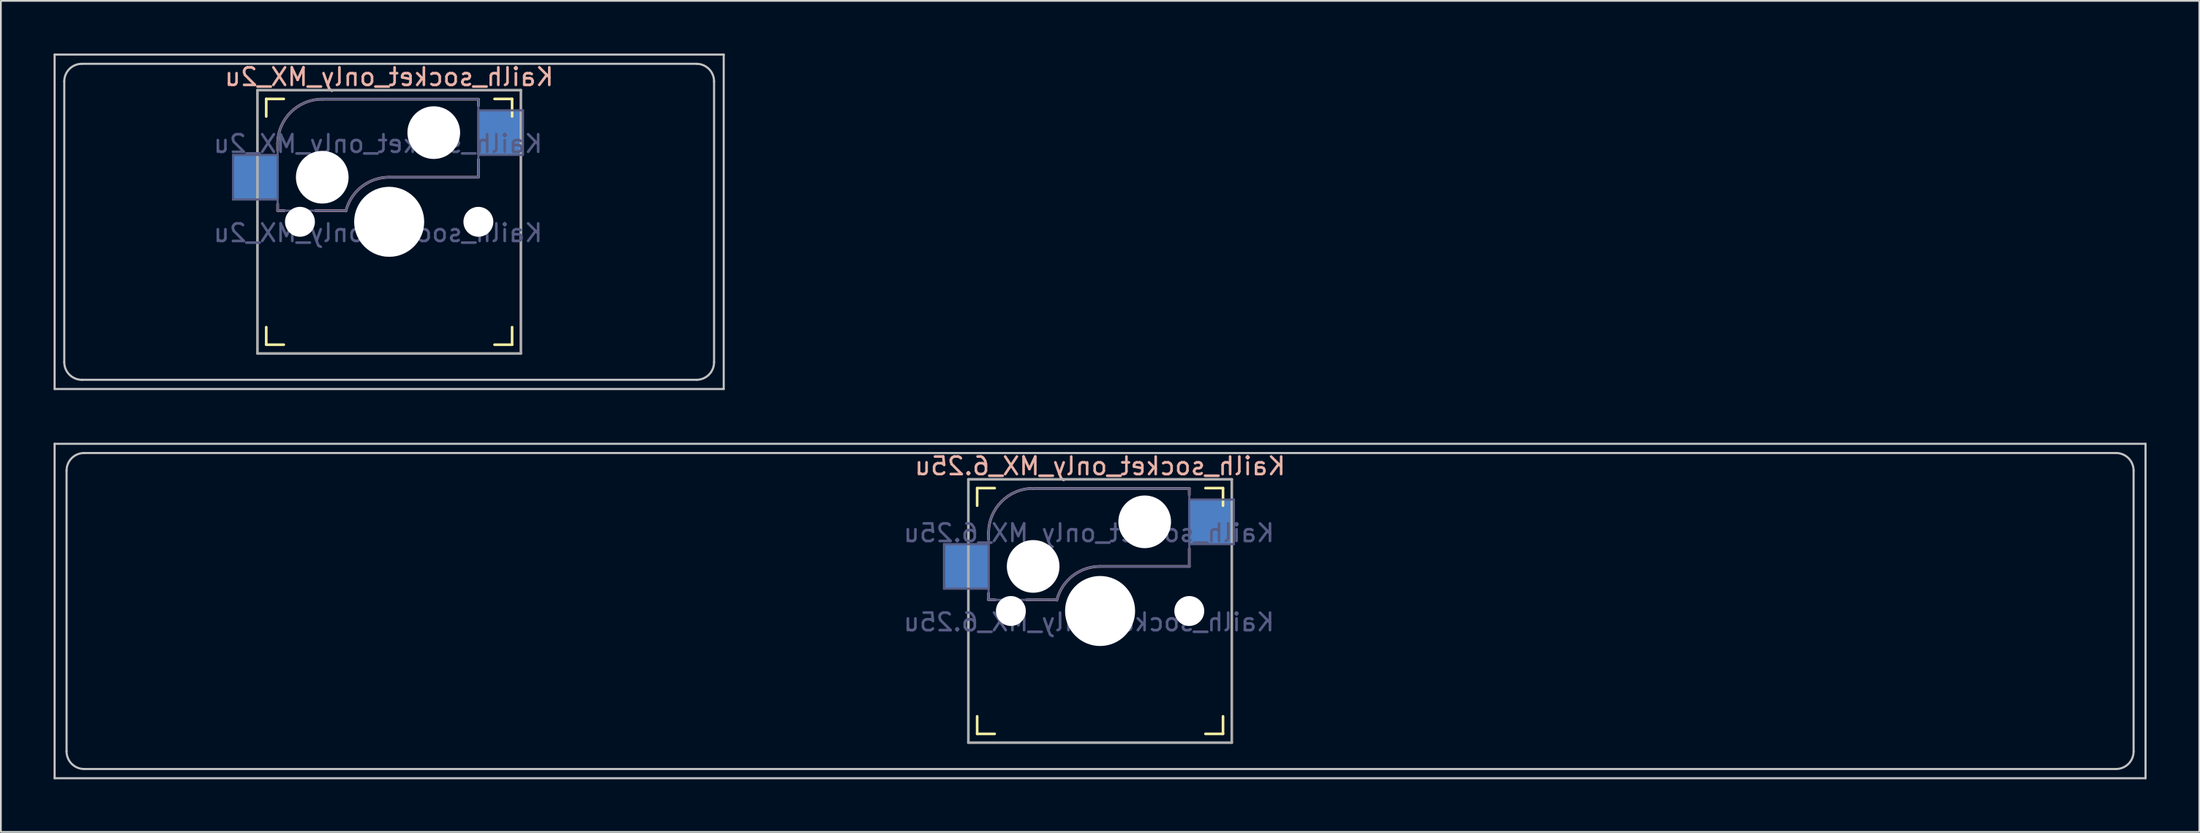
<source format=kicad_pcb>
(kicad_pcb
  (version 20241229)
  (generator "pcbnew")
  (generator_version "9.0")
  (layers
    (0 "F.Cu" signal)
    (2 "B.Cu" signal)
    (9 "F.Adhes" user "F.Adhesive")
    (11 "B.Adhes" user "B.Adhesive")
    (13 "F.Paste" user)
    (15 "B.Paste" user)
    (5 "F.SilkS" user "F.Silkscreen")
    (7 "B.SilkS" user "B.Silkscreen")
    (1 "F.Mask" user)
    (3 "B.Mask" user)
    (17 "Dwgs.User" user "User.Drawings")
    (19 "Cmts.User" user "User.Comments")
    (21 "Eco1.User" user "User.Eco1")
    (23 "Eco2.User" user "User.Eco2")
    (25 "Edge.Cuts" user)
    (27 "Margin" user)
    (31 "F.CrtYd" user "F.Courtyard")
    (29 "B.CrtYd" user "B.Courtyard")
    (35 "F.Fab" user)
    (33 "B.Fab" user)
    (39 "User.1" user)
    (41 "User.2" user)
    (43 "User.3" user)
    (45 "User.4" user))
  (footprint "Kailh_socket_only_MX_2u"
    (layer "F.Cu")
    (at 19.11 9.585)
    (property "Reference" "Kailh_socket_only_MX_2u" (at 0 -8.255 0) (layer "B.SilkS") (effects (font (size 1 1) (thickness 0.15)) (justify mirror)))
    (property "Value" "Kailh_socket_only_MX_2u" (at 0 8.255 0) (layer "F.Fab") (hide yes) (effects (font (size 1 1) (thickness 0.15))))
    (attr smd)
    (fp_line (start -7 -6) (end -7 -7) (stroke (width 0.15) (type solid)) (layer "F.SilkS"))
    (fp_line (start -7 7) (end -7 6) (stroke (width 0.15) (type solid)) (layer "F.SilkS"))
    (fp_line (start -7 7) (end -6 7) (stroke (width 0.15) (type solid)) (layer "F.SilkS"))
    (fp_line (start -6 -7) (end -7 -7) (stroke (width 0.15) (type solid)) (layer "F.SilkS"))
    (fp_line (start 6 7) (end 7 7) (stroke (width 0.15) (type solid)) (layer "F.SilkS"))
    (fp_line (start 7 -7) (end 6 -7) (stroke (width 0.15) (type solid)) (layer "F.SilkS"))
    (fp_line (start 7 -7) (end 7 -6) (stroke (width 0.15) (type solid)) (layer "F.SilkS"))
    (fp_line (start 7 6) (end 7 7) (stroke (width 0.15) (type solid)) (layer "F.SilkS"))
    (fp_line (start -6.35 -4.445) (end -6.35 -4.064) (stroke (width 0.15) (type solid)) (layer "B.SilkS"))
    (fp_line (start -6.35 -1.016) (end -6.35 -0.635) (stroke (width 0.15) (type solid)) (layer "B.SilkS"))
    (fp_line (start -5.969 -0.635) (end -6.35 -0.635) (stroke (width 0.15) (type solid)) (layer "B.SilkS"))
    (fp_line (start -3.81 -6.985) (end 5.08 -6.985) (stroke (width 0.15) (type solid)) (layer "B.SilkS"))
    (fp_line (start -2.464 -0.635) (end -4.191 -0.635) (stroke (width 0.15) (type solid)) (layer "B.SilkS"))
    (fp_line (start 5.08 -6.985) (end 5.08 -6.604) (stroke (width 0.15) (type solid)) (layer "B.SilkS"))
    (fp_line (start 5.08 -3.556) (end 5.08 -2.54) (stroke (width 0.15) (type solid)) (layer "B.SilkS"))
    (fp_line (start 5.08 -2.54) (end 0 -2.54) (stroke (width 0.15) (type solid)) (layer "B.SilkS"))
    (fp_arc (start -6.35 -4.445) (mid -5.606051 -6.241051) (end -3.81 -6.985) (stroke (width 0.15) (type solid)) (layer "B.SilkS"))
    (fp_arc (start -2.464162 -0.61604) (mid -1.563147 -2.002042) (end 0 -2.54) (stroke (width 0.15) (type solid)) (layer "B.SilkS"))
    (fp_line (start -19.05 -9.525) (end 19.05 -9.525) (stroke (width 0.12) (type solid)) (layer "Dwgs.User"))
    (fp_line (start -19.05 9.525) (end -19.05 -9.525) (stroke (width 0.12) (type solid)) (layer "Dwgs.User"))
    (fp_line (start -18.5 8) (end -18.5 -8) (stroke (width 0.12) (type solid)) (layer "Dwgs.User"))
    (fp_line (start -17.5 -9) (end 17.5 -9) (stroke (width 0.12) (type solid)) (layer "Dwgs.User"))
    (fp_line (start -17.5 9) (end 17.5 9) (stroke (width 0.12) (type solid)) (layer "Dwgs.User"))
    (fp_line (start 18.5 8) (end 18.5 -8) (stroke (width 0.12) (type solid)) (layer "Dwgs.User"))
    (fp_line (start 19.05 -9.525) (end 19.05 9.525) (stroke (width 0.12) (type solid)) (layer "Dwgs.User"))
    (fp_line (start 19.05 9.525) (end -19.05 9.525) (stroke (width 0.12) (type solid)) (layer "Dwgs.User"))
    (fp_arc (start -18.5 -8) (mid -18.207107 -8.707107) (end -17.5 -9) (stroke (width 0.12) (type solid)) (layer "Dwgs.User"))
    (fp_arc (start -17.5 9) (mid -18.207107 8.707107) (end -18.5 8) (stroke (width 0.12) (type solid)) (layer "Dwgs.User"))
    (fp_arc (start 17.5 -9) (mid 18.207107 -8.707107) (end 18.5 -8) (stroke (width 0.12) (type solid)) (layer "Dwgs.User"))
    (fp_arc (start 18.5 8) (mid 18.207107 8.707107) (end 17.5 9) (stroke (width 0.12) (type solid)) (layer "Dwgs.User"))
    (fp_line (start -6.9 6.9) (end -6.9 -6.9) (stroke (width 0.15) (type solid)) (layer "Eco2.User"))
    (fp_line (start -6.9 6.9) (end 6.9 6.9) (stroke (width 0.15) (type solid)) (layer "Eco2.User"))
    (fp_line (start 6.9 -6.9) (end -6.9 -6.9) (stroke (width 0.15) (type solid)) (layer "Eco2.User"))
    (fp_line (start 6.9 -6.9) (end 6.9 6.9) (stroke (width 0.15) (type solid)) (layer "Eco2.User"))
    (fp_line (start -8.89 -3.81) (end -6.35 -3.81) (stroke (width 0.12) (type solid)) (layer "B.Fab"))
    (fp_line (start -8.89 -1.27) (end -8.89 -3.81) (stroke (width 0.12) (type solid)) (layer "B.Fab"))
    (fp_line (start -6.35 -1.27) (end -8.89 -1.27) (stroke (width 0.12) (type solid)) (layer "B.Fab"))
    (fp_line (start -6.35 -0.635) (end -6.35 -4.445) (stroke (width 0.12) (type solid)) (layer "B.Fab"))
    (fp_line (start -6.35 -0.635) (end -2.54 -0.635) (stroke (width 0.12) (type solid)) (layer "B.Fab"))
    (fp_line (start -3.81 -6.985) (end 5.08 -6.985) (stroke (width 0.12) (type solid)) (layer "B.Fab"))
    (fp_line (start 5.08 -6.985) (end 5.08 -2.54) (stroke (width 0.12) (type solid)) (layer "B.Fab"))
    (fp_line (start 5.08 -6.35) (end 7.62 -6.35) (stroke (width 0.12) (type solid)) (layer "B.Fab"))
    (fp_line (start 5.08 -2.54) (end 0 -2.54) (stroke (width 0.12) (type solid)) (layer "B.Fab"))
    (fp_line (start 7.62 -6.35) (end 7.62 -3.81) (stroke (width 0.12) (type solid)) (layer "B.Fab"))
    (fp_line (start 7.62 -3.81) (end 5.08 -3.81) (stroke (width 0.12) (type solid)) (layer "B.Fab"))
    (fp_arc (start -6.35 -4.445) (mid -5.606051 -6.241051) (end -3.81 -6.985) (stroke (width 0.12) (type solid)) (layer "B.Fab"))
    (fp_arc (start -2.464162 -0.61604) (mid -1.563147 -2.002042) (end 0 -2.54) (stroke (width 0.12) (type solid)) (layer "B.Fab"))
    (fp_line (start -7.5 -7.5) (end 7.5 -7.5) (stroke (width 0.15) (type solid)) (layer "F.Fab"))
    (fp_line (start -7.5 7.5) (end -7.5 -7.5) (stroke (width 0.15) (type solid)) (layer "F.Fab"))
    (fp_line (start 7.5 -7.5) (end 7.5 7.5) (stroke (width 0.15) (type solid)) (layer "F.Fab"))
    (fp_line (start 7.5 7.5) (end -7.5 7.5) (stroke (width 0.15) (type solid)) (layer "F.Fab"))
    (fp_text user "${VALUE}" (at -0.635 0.635 0) (layer "B.Fab") (effects (font (size 1 1) (thickness 0.15)) (justify mirror)))
    (fp_text user "${REFERENCE}" (at -0.635 -4.445 0) (layer "B.Fab") (effects (font (size 1 1) (thickness 0.15)) (justify mirror)))
    (pad "" np_thru_hole circle (at -5.08 0) (size 1.702 1.702) (drill 1.702) (layers "*.Cu" "*.Mask"))
    (pad "" np_thru_hole circle (at -3.81 -2.54) (size 3 3) (drill 3) (layers "*.Cu" "*.Mask"))
    (pad "" np_thru_hole circle (at 0 0) (size 3.988 3.988) (drill 3.988) (layers "*.Cu" "*.Mask"))
    (pad "" np_thru_hole circle (at 2.54 -5.08) (size 3 3) (drill 3) (layers "*.Cu" "*.Mask"))
    (pad "" np_thru_hole circle (at 5.08 0) (size 1.702 1.702) (drill 1.702) (layers "*.Cu" "*.Mask"))
    (pad "1" smd rect (at 6.29 -5.08) (size 2.55 2.5) (layers "B.Cu" "B.Mask" "B.Paste"))
    (pad "2" smd rect (at -7.56 -2.54) (size 2.55 2.5) (layers "B.Cu" "B.Mask" "B.Paste")))
  (footprint "Kailh_socket_only_MX_6.25u"
    (layer "F.Cu")
    (at 59.591 31.755)
    (property "Reference" "Kailh_socket_only_MX_6.25u" (at 0 -8.255 0) (layer "B.SilkS") (effects (font (size 1 1) (thickness 0.15)) (justify mirror)))
    (property "Value" "Kailh_socket_only_MX_6.25u" (at 0 8.255 0) (layer "F.Fab") (hide yes) (effects (font (size 1 1) (thickness 0.15))))
    (attr smd)
    (fp_line (start -7 -6) (end -7 -7) (stroke (width 0.15) (type solid)) (layer "F.SilkS"))
    (fp_line (start -7 7) (end -7 6) (stroke (width 0.15) (type solid)) (layer "F.SilkS"))
    (fp_line (start -7 7) (end -6 7) (stroke (width 0.15) (type solid)) (layer "F.SilkS"))
    (fp_line (start -6 -7) (end -7 -7) (stroke (width 0.15) (type solid)) (layer "F.SilkS"))
    (fp_line (start 6 7) (end 7 7) (stroke (width 0.15) (type solid)) (layer "F.SilkS"))
    (fp_line (start 7 -7) (end 6 -7) (stroke (width 0.15) (type solid)) (layer "F.SilkS"))
    (fp_line (start 7 -7) (end 7 -6) (stroke (width 0.15) (type solid)) (layer "F.SilkS"))
    (fp_line (start 7 6) (end 7 7) (stroke (width 0.15) (type solid)) (layer "F.SilkS"))
    (fp_line (start -6.35 -4.445) (end -6.35 -4.064) (stroke (width 0.15) (type solid)) (layer "B.SilkS"))
    (fp_line (start -6.35 -1.016) (end -6.35 -0.635) (stroke (width 0.15) (type solid)) (layer "B.SilkS"))
    (fp_line (start -5.969 -0.635) (end -6.35 -0.635) (stroke (width 0.15) (type solid)) (layer "B.SilkS"))
    (fp_line (start -3.81 -6.985) (end 5.08 -6.985) (stroke (width 0.15) (type solid)) (layer "B.SilkS"))
    (fp_line (start -2.464 -0.635) (end -4.191 -0.635) (stroke (width 0.15) (type solid)) (layer "B.SilkS"))
    (fp_line (start 5.08 -6.985) (end 5.08 -6.604) (stroke (width 0.15) (type solid)) (layer "B.SilkS"))
    (fp_line (start 5.08 -3.556) (end 5.08 -2.54) (stroke (width 0.15) (type solid)) (layer "B.SilkS"))
    (fp_line (start 5.08 -2.54) (end 0 -2.54) (stroke (width 0.15) (type solid)) (layer "B.SilkS"))
    (fp_arc (start -6.35 -4.445) (mid -5.606051 -6.241051) (end -3.81 -6.985) (stroke (width 0.15) (type solid)) (layer "B.SilkS"))
    (fp_arc (start -2.464162 -0.61604) (mid -1.563147 -2.002042) (end 0 -2.54) (stroke (width 0.15) (type solid)) (layer "B.SilkS"))
    (fp_line (start -59.531 -9.525) (end 59.531 -9.525) (stroke (width 0.12) (type solid)) (layer "Dwgs.User"))
    (fp_line (start -59.531 9.525) (end -59.531 -9.525) (stroke (width 0.12) (type solid)) (layer "Dwgs.User"))
    (fp_line (start -58.85 8) (end -58.85 -8) (stroke (width 0.12) (type solid)) (layer "Dwgs.User"))
    (fp_line (start -57.85 -9) (end 57.85 -9) (stroke (width 0.12) (type solid)) (layer "Dwgs.User"))
    (fp_line (start -57.85 9) (end 57.85 9) (stroke (width 0.12) (type solid)) (layer "Dwgs.User"))
    (fp_line (start 58.85 8) (end 58.85 -8) (stroke (width 0.12) (type solid)) (layer "Dwgs.User"))
    (fp_line (start 59.531 -9.525) (end 59.531 9.525) (stroke (width 0.12) (type solid)) (layer "Dwgs.User"))
    (fp_line (start 59.531 9.525) (end -59.531 9.525) (stroke (width 0.12) (type solid)) (layer "Dwgs.User"))
    (fp_arc (start -58.85 -8) (mid -58.557107 -8.707107) (end -57.85 -9) (stroke (width 0.12) (type solid)) (layer "Dwgs.User"))
    (fp_arc (start -57.85 9) (mid -58.557107 8.707107) (end -58.85 8) (stroke (width 0.12) (type solid)) (layer "Dwgs.User"))
    (fp_arc (start 57.85 -9) (mid 58.557107 -8.707107) (end 58.85 -8) (stroke (width 0.12) (type solid)) (layer "Dwgs.User"))
    (fp_arc (start 58.85 8) (mid 58.557107 8.707107) (end 57.85 9) (stroke (width 0.12) (type solid)) (layer "Dwgs.User"))
    (fp_line (start -6.9 6.9) (end -6.9 -6.9) (stroke (width 0.15) (type solid)) (layer "Eco2.User"))
    (fp_line (start -6.9 6.9) (end 6.9 6.9) (stroke (width 0.15) (type solid)) (layer "Eco2.User"))
    (fp_line (start 6.9 -6.9) (end -6.9 -6.9) (stroke (width 0.15) (type solid)) (layer "Eco2.User"))
    (fp_line (start 6.9 -6.9) (end 6.9 6.9) (stroke (width 0.15) (type solid)) (layer "Eco2.User"))
    (fp_line (start -8.89 -3.81) (end -6.35 -3.81) (stroke (width 0.12) (type solid)) (layer "B.Fab"))
    (fp_line (start -8.89 -1.27) (end -8.89 -3.81) (stroke (width 0.12) (type solid)) (layer "B.Fab"))
    (fp_line (start -6.35 -1.27) (end -8.89 -1.27) (stroke (width 0.12) (type solid)) (layer "B.Fab"))
    (fp_line (start -6.35 -0.635) (end -6.35 -4.445) (stroke (width 0.12) (type solid)) (layer "B.Fab"))
    (fp_line (start -6.35 -0.635) (end -2.54 -0.635) (stroke (width 0.12) (type solid)) (layer "B.Fab"))
    (fp_line (start -3.81 -6.985) (end 5.08 -6.985) (stroke (width 0.12) (type solid)) (layer "B.Fab"))
    (fp_line (start 5.08 -6.985) (end 5.08 -2.54) (stroke (width 0.12) (type solid)) (layer "B.Fab"))
    (fp_line (start 5.08 -6.35) (end 7.62 -6.35) (stroke (width 0.12) (type solid)) (layer "B.Fab"))
    (fp_line (start 5.08 -2.54) (end 0 -2.54) (stroke (width 0.12) (type solid)) (layer "B.Fab"))
    (fp_line (start 7.62 -6.35) (end 7.62 -3.81) (stroke (width 0.12) (type solid)) (layer "B.Fab"))
    (fp_line (start 7.62 -3.81) (end 5.08 -3.81) (stroke (width 0.12) (type solid)) (layer "B.Fab"))
    (fp_arc (start -6.35 -4.445) (mid -5.606051 -6.241051) (end -3.81 -6.985) (stroke (width 0.12) (type solid)) (layer "B.Fab"))
    (fp_arc (start -2.464162 -0.61604) (mid -1.563147 -2.002042) (end 0 -2.54) (stroke (width 0.12) (type solid)) (layer "B.Fab"))
    (fp_line (start -7.5 -7.5) (end 7.5 -7.5) (stroke (width 0.15) (type solid)) (layer "F.Fab"))
    (fp_line (start -7.5 7.5) (end -7.5 -7.5) (stroke (width 0.15) (type solid)) (layer "F.Fab"))
    (fp_line (start 7.5 -7.5) (end 7.5 7.5) (stroke (width 0.15) (type solid)) (layer "F.Fab"))
    (fp_line (start 7.5 7.5) (end -7.5 7.5) (stroke (width 0.15) (type solid)) (layer "F.Fab"))
    (fp_text user "${REFERENCE}" (at -0.635 -4.445 0) (layer "B.Fab") (effects (font (size 1 1) (thickness 0.15)) (justify mirror)))
    (fp_text user "${VALUE}" (at -0.635 0.635 0) (layer "B.Fab") (effects (font (size 1 1) (thickness 0.15)) (justify mirror)))
    (pad "" np_thru_hole circle (at -5.08 0) (size 1.702 1.702) (drill 1.702) (layers "*.Cu" "*.Mask"))
    (pad "" np_thru_hole circle (at -3.81 -2.54) (size 3 3) (drill 3) (layers "*.Cu" "*.Mask"))
    (pad "" np_thru_hole circle (at 0 0) (size 3.988 3.988) (drill 3.988) (layers "*.Cu" "*.Mask"))
    (pad "" np_thru_hole circle (at 2.54 -5.08) (size 3 3) (drill 3) (layers "*.Cu" "*.Mask"))
    (pad "" np_thru_hole circle (at 5.08 0) (size 1.702 1.702) (drill 1.702) (layers "*.Cu" "*.Mask"))
    (pad "1" smd rect (at 6.29 -5.08) (size 2.55 2.5) (layers "B.Cu" "B.Mask" "B.Paste"))
    (pad "2" smd rect (at -7.56 -2.54) (size 2.55 2.5) (layers "B.Cu" "B.Mask" "B.Paste")))
  (gr_rect
    (start -3 -3)
    (end 122.183 44.34)
    (stroke (width 0.1) (type default))
    (fill no)
    (layer "Edge.Cuts")))
</source>
